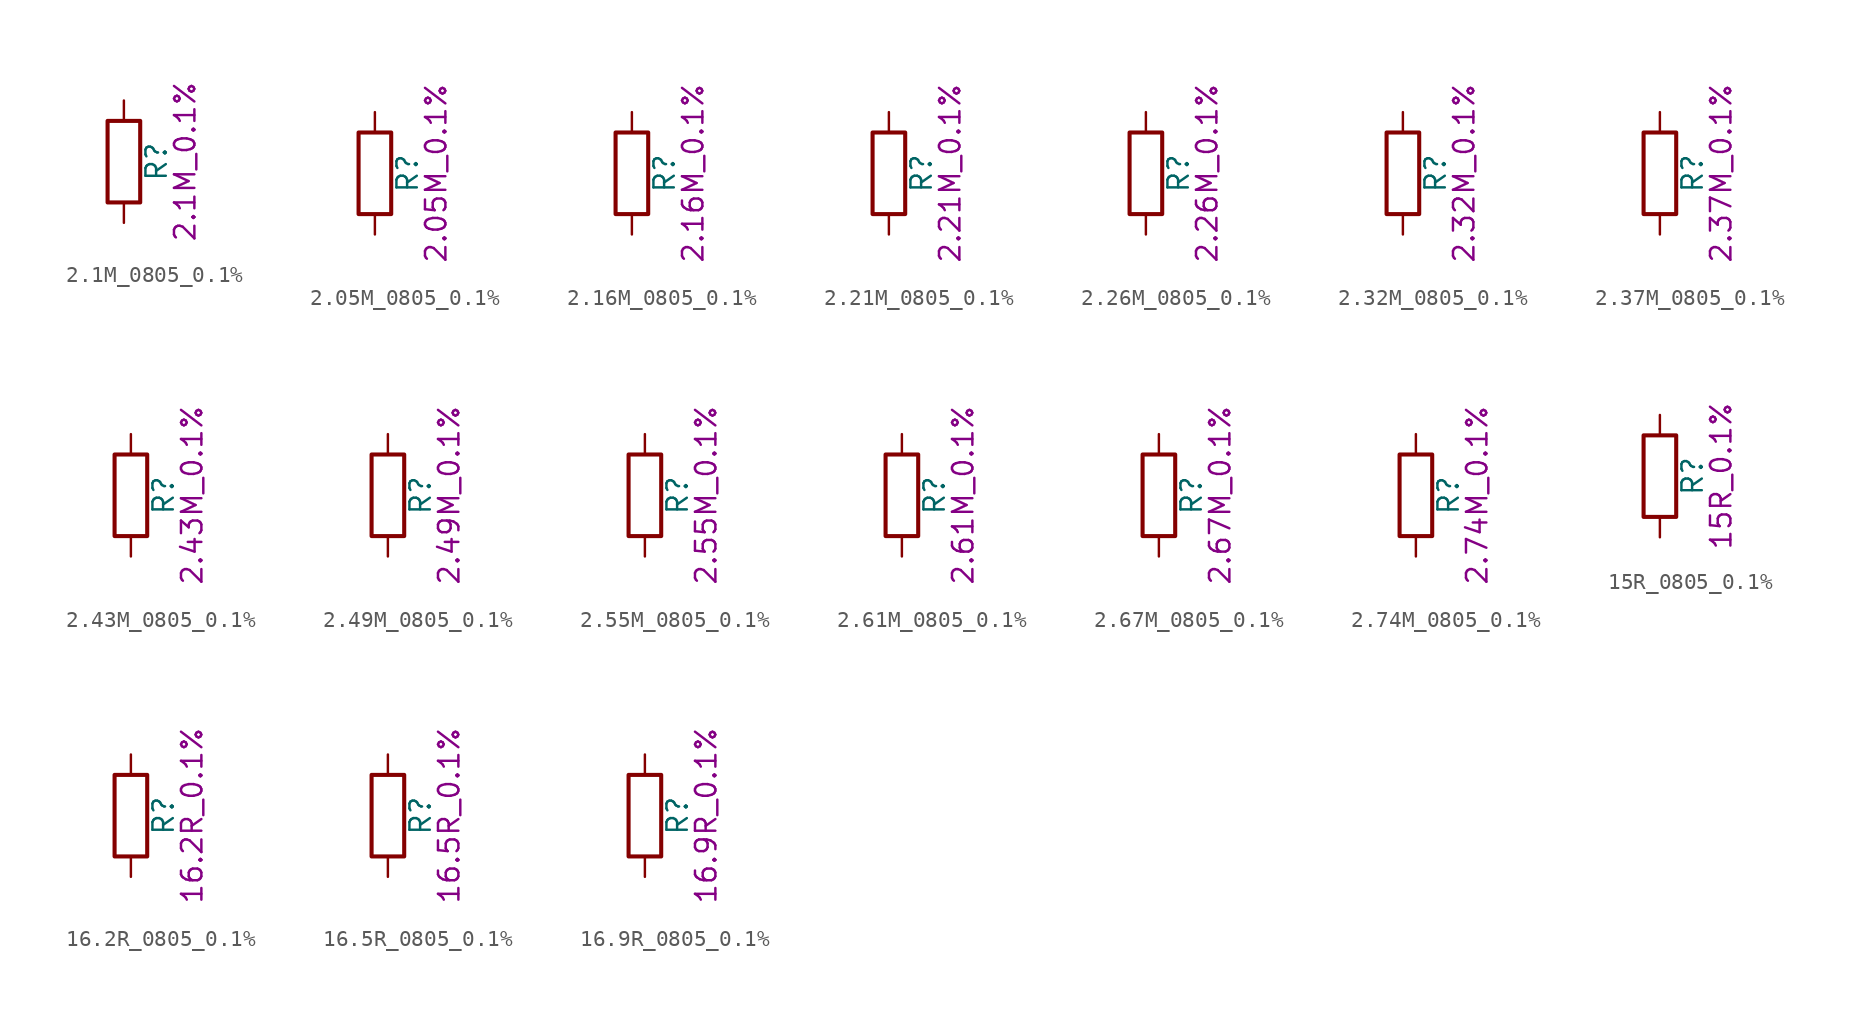
<source format=kicad_sym>
(kicad_symbol_lib
  (version 20211014)
  (generator kicad_symbol_editor)
  (symbol "2.1M_0805_0.1%"
    (pin_numbers hide)
    (pin_names
      (offset 0))
    (property "Reference" "R"
      (at 2.032 0 90)
      (effects (font (size 1.27 1.27))))
    (property "Display" "2.1M_0.1%"
      (at 3.81 0 90)
      (effects (font (size 1.27 1.27))))
    (symbol "2.1M_0805_0.1%_0_1"
      (rectangle (start -1.016 -2.54) (end 1.016 2.54) (stroke (width 0.254) (type default) (color 0 0 0 0)) (fill (type none))))
    (symbol "2.1M_0805_0.1%_1_1"
      (pin passive line (at 0 3.81 270) (length 1.27) (name "~" (effects (font (size 1.27 1.27)))) (number "1" (effects (font (size 1.27 1.27)))))
      (pin passive line (at 0 -3.81 90) (length 1.27) (name "~" (effects (font (size 1.27 1.27)))) (number "2" (effects (font (size 1.27 1.27)))))))
  (symbol "2.05M_0805_0.1%"
    (pin_numbers hide)
    (pin_names
      (offset 0))
    (property "Reference" "R"
      (at 2.032 0 90)
      (effects (font (size 1.27 1.27))))
    (property "Display" "2.05M_0.1%"
      (at 3.81 0 90)
      (effects (font (size 1.27 1.27))))
    (symbol "2.05M_0805_0.1%_0_1"
      (rectangle (start -1.016 -2.54) (end 1.016 2.54) (stroke (width 0.254) (type default) (color 0 0 0 0)) (fill (type none))))
    (symbol "2.05M_0805_0.1%_1_1"
      (pin passive line (at 0 3.81 270) (length 1.27) (name "~" (effects (font (size 1.27 1.27)))) (number "1" (effects (font (size 1.27 1.27)))))
      (pin passive line (at 0 -3.81 90) (length 1.27) (name "~" (effects (font (size 1.27 1.27)))) (number "2" (effects (font (size 1.27 1.27)))))))
  (symbol "2.16M_0805_0.1%"
    (pin_numbers hide)
    (pin_names
      (offset 0))
    (property "Reference" "R"
      (at 2.032 0 90)
      (effects (font (size 1.27 1.27))))
    (property "Display" "2.16M_0.1%"
      (at 3.81 0 90)
      (effects (font (size 1.27 1.27))))
    (symbol "2.16M_0805_0.1%_0_1"
      (rectangle (start -1.016 -2.54) (end 1.016 2.54) (stroke (width 0.254) (type default) (color 0 0 0 0)) (fill (type none))))
    (symbol "2.16M_0805_0.1%_1_1"
      (pin passive line (at 0 3.81 270) (length 1.27) (name "~" (effects (font (size 1.27 1.27)))) (number "1" (effects (font (size 1.27 1.27)))))
      (pin passive line (at 0 -3.81 90) (length 1.27) (name "~" (effects (font (size 1.27 1.27)))) (number "2" (effects (font (size 1.27 1.27)))))))
  (symbol "2.21M_0805_0.1%"
    (pin_numbers hide)
    (pin_names
      (offset 0))
    (property "Reference" "R"
      (at 2.032 0 90)
      (effects (font (size 1.27 1.27))))
    (property "Display" "2.21M_0.1%"
      (at 3.81 0 90)
      (effects (font (size 1.27 1.27))))
    (symbol "2.21M_0805_0.1%_0_1"
      (rectangle (start -1.016 -2.54) (end 1.016 2.54) (stroke (width 0.254) (type default) (color 0 0 0 0)) (fill (type none))))
    (symbol "2.21M_0805_0.1%_1_1"
      (pin passive line (at 0 3.81 270) (length 1.27) (name "~" (effects (font (size 1.27 1.27)))) (number "1" (effects (font (size 1.27 1.27)))))
      (pin passive line (at 0 -3.81 90) (length 1.27) (name "~" (effects (font (size 1.27 1.27)))) (number "2" (effects (font (size 1.27 1.27)))))))
  (symbol "2.26M_0805_0.1%"
    (pin_numbers hide)
    (pin_names
      (offset 0))
    (property "Reference" "R"
      (at 2.032 0 90)
      (effects (font (size 1.27 1.27))))
    (property "Display" "2.26M_0.1%"
      (at 3.81 0 90)
      (effects (font (size 1.27 1.27))))
    (symbol "2.26M_0805_0.1%_0_1"
      (rectangle (start -1.016 -2.54) (end 1.016 2.54) (stroke (width 0.254) (type default) (color 0 0 0 0)) (fill (type none))))
    (symbol "2.26M_0805_0.1%_1_1"
      (pin passive line (at 0 3.81 270) (length 1.27) (name "~" (effects (font (size 1.27 1.27)))) (number "1" (effects (font (size 1.27 1.27)))))
      (pin passive line (at 0 -3.81 90) (length 1.27) (name "~" (effects (font (size 1.27 1.27)))) (number "2" (effects (font (size 1.27 1.27)))))))
  (symbol "2.32M_0805_0.1%"
    (pin_numbers hide)
    (pin_names
      (offset 0))
    (property "Reference" "R"
      (at 2.032 0 90)
      (effects (font (size 1.27 1.27))))
    (property "Display" "2.32M_0.1%"
      (at 3.81 0 90)
      (effects (font (size 1.27 1.27))))
    (symbol "2.32M_0805_0.1%_0_1"
      (rectangle (start -1.016 -2.54) (end 1.016 2.54) (stroke (width 0.254) (type default) (color 0 0 0 0)) (fill (type none))))
    (symbol "2.32M_0805_0.1%_1_1"
      (pin passive line (at 0 3.81 270) (length 1.27) (name "~" (effects (font (size 1.27 1.27)))) (number "1" (effects (font (size 1.27 1.27)))))
      (pin passive line (at 0 -3.81 90) (length 1.27) (name "~" (effects (font (size 1.27 1.27)))) (number "2" (effects (font (size 1.27 1.27)))))))
  (symbol "2.37M_0805_0.1%"
    (pin_numbers hide)
    (pin_names
      (offset 0))
    (property "Reference" "R"
      (at 2.032 0 90)
      (effects (font (size 1.27 1.27))))
    (property "Display" "2.37M_0.1%"
      (at 3.81 0 90)
      (effects (font (size 1.27 1.27))))
    (symbol "2.37M_0805_0.1%_0_1"
      (rectangle (start -1.016 -2.54) (end 1.016 2.54) (stroke (width 0.254) (type default) (color 0 0 0 0)) (fill (type none))))
    (symbol "2.37M_0805_0.1%_1_1"
      (pin passive line (at 0 3.81 270) (length 1.27) (name "~" (effects (font (size 1.27 1.27)))) (number "1" (effects (font (size 1.27 1.27)))))
      (pin passive line (at 0 -3.81 90) (length 1.27) (name "~" (effects (font (size 1.27 1.27)))) (number "2" (effects (font (size 1.27 1.27)))))))
  (symbol "2.43M_0805_0.1%"
    (pin_numbers hide)
    (pin_names
      (offset 0))
    (property "Reference" "R"
      (at 2.032 0 90)
      (effects (font (size 1.27 1.27))))
    (property "Display" "2.43M_0.1%"
      (at 3.81 0 90)
      (effects (font (size 1.27 1.27))))
    (symbol "2.43M_0805_0.1%_0_1"
      (rectangle (start -1.016 -2.54) (end 1.016 2.54) (stroke (width 0.254) (type default) (color 0 0 0 0)) (fill (type none))))
    (symbol "2.43M_0805_0.1%_1_1"
      (pin passive line (at 0 3.81 270) (length 1.27) (name "~" (effects (font (size 1.27 1.27)))) (number "1" (effects (font (size 1.27 1.27)))))
      (pin passive line (at 0 -3.81 90) (length 1.27) (name "~" (effects (font (size 1.27 1.27)))) (number "2" (effects (font (size 1.27 1.27)))))))
  (symbol "2.49M_0805_0.1%"
    (pin_numbers hide)
    (pin_names
      (offset 0))
    (property "Reference" "R"
      (at 2.032 0 90)
      (effects (font (size 1.27 1.27))))
    (property "Display" "2.49M_0.1%"
      (at 3.81 0 90)
      (effects (font (size 1.27 1.27))))
    (symbol "2.49M_0805_0.1%_0_1"
      (rectangle (start -1.016 -2.54) (end 1.016 2.54) (stroke (width 0.254) (type default) (color 0 0 0 0)) (fill (type none))))
    (symbol "2.49M_0805_0.1%_1_1"
      (pin passive line (at 0 3.81 270) (length 1.27) (name "~" (effects (font (size 1.27 1.27)))) (number "1" (effects (font (size 1.27 1.27)))))
      (pin passive line (at 0 -3.81 90) (length 1.27) (name "~" (effects (font (size 1.27 1.27)))) (number "2" (effects (font (size 1.27 1.27)))))))
  (symbol "2.55M_0805_0.1%"
    (pin_numbers hide)
    (pin_names
      (offset 0))
    (property "Reference" "R"
      (at 2.032 0 90)
      (effects (font (size 1.27 1.27))))
    (property "Display" "2.55M_0.1%"
      (at 3.81 0 90)
      (effects (font (size 1.27 1.27))))
    (symbol "2.55M_0805_0.1%_0_1"
      (rectangle (start -1.016 -2.54) (end 1.016 2.54) (stroke (width 0.254) (type default) (color 0 0 0 0)) (fill (type none))))
    (symbol "2.55M_0805_0.1%_1_1"
      (pin passive line (at 0 3.81 270) (length 1.27) (name "~" (effects (font (size 1.27 1.27)))) (number "1" (effects (font (size 1.27 1.27)))))
      (pin passive line (at 0 -3.81 90) (length 1.27) (name "~" (effects (font (size 1.27 1.27)))) (number "2" (effects (font (size 1.27 1.27)))))))
  (symbol "2.61M_0805_0.1%"
    (pin_numbers hide)
    (pin_names
      (offset 0))
    (property "Reference" "R"
      (at 2.032 0 90)
      (effects (font (size 1.27 1.27))))
    (property "Display" "2.61M_0.1%"
      (at 3.81 0 90)
      (effects (font (size 1.27 1.27))))
    (symbol "2.61M_0805_0.1%_0_1"
      (rectangle (start -1.016 -2.54) (end 1.016 2.54) (stroke (width 0.254) (type default) (color 0 0 0 0)) (fill (type none))))
    (symbol "2.61M_0805_0.1%_1_1"
      (pin passive line (at 0 3.81 270) (length 1.27) (name "~" (effects (font (size 1.27 1.27)))) (number "1" (effects (font (size 1.27 1.27)))))
      (pin passive line (at 0 -3.81 90) (length 1.27) (name "~" (effects (font (size 1.27 1.27)))) (number "2" (effects (font (size 1.27 1.27)))))))
  (symbol "2.67M_0805_0.1%"
    (pin_numbers hide)
    (pin_names
      (offset 0))
    (property "Reference" "R"
      (at 2.032 0 90)
      (effects (font (size 1.27 1.27))))
    (property "Display" "2.67M_0.1%"
      (at 3.81 0 90)
      (effects (font (size 1.27 1.27))))
    (symbol "2.67M_0805_0.1%_0_1"
      (rectangle (start -1.016 -2.54) (end 1.016 2.54) (stroke (width 0.254) (type default) (color 0 0 0 0)) (fill (type none))))
    (symbol "2.67M_0805_0.1%_1_1"
      (pin passive line (at 0 3.81 270) (length 1.27) (name "~" (effects (font (size 1.27 1.27)))) (number "1" (effects (font (size 1.27 1.27)))))
      (pin passive line (at 0 -3.81 90) (length 1.27) (name "~" (effects (font (size 1.27 1.27)))) (number "2" (effects (font (size 1.27 1.27)))))))
  (symbol "2.74M_0805_0.1%"
    (pin_numbers hide)
    (pin_names
      (offset 0))
    (property "Reference" "R"
      (at 2.032 0 90)
      (effects (font (size 1.27 1.27))))
    (property "Display" "2.74M_0.1%"
      (at 3.81 0 90)
      (effects (font (size 1.27 1.27))))
    (symbol "2.74M_0805_0.1%_0_1"
      (rectangle (start -1.016 -2.54) (end 1.016 2.54) (stroke (width 0.254) (type default) (color 0 0 0 0)) (fill (type none))))
    (symbol "2.74M_0805_0.1%_1_1"
      (pin passive line (at 0 3.81 270) (length 1.27) (name "~" (effects (font (size 1.27 1.27)))) (number "1" (effects (font (size 1.27 1.27)))))
      (pin passive line (at 0 -3.81 90) (length 1.27) (name "~" (effects (font (size 1.27 1.27)))) (number "2" (effects (font (size 1.27 1.27)))))))
  (symbol "15R_0805_0.1%"
    (pin_numbers hide)
    (pin_names
      (offset 0))
    (property "Reference" "R"
      (at 2.032 0 90)
      (effects (font (size 1.27 1.27))))
    (property "Display" "15R_0.1%"
      (at 3.81 0 90)
      (effects (font (size 1.27 1.27))))
    (symbol "15R_0805_0.1%_0_1"
      (rectangle (start -1.016 -2.54) (end 1.016 2.54) (stroke (width 0.254) (type default) (color 0 0 0 0)) (fill (type none))))
    (symbol "15R_0805_0.1%_1_1"
      (pin passive line (at 0 3.81 270) (length 1.27) (name "~" (effects (font (size 1.27 1.27)))) (number "1" (effects (font (size 1.27 1.27)))))
      (pin passive line (at 0 -3.81 90) (length 1.27) (name "~" (effects (font (size 1.27 1.27)))) (number "2" (effects (font (size 1.27 1.27)))))))
  (symbol "16.2R_0805_0.1%"
    (pin_numbers hide)
    (pin_names
      (offset 0))
    (property "Reference" "R"
      (at 2.032 0 90)
      (effects (font (size 1.27 1.27))))
    (property "Display" "16.2R_0.1%"
      (at 3.81 0 90)
      (effects (font (size 1.27 1.27))))
    (symbol "16.2R_0805_0.1%_0_1"
      (rectangle (start -1.016 -2.54) (end 1.016 2.54) (stroke (width 0.254) (type default) (color 0 0 0 0)) (fill (type none))))
    (symbol "16.2R_0805_0.1%_1_1"
      (pin passive line (at 0 3.81 270) (length 1.27) (name "~" (effects (font (size 1.27 1.27)))) (number "1" (effects (font (size 1.27 1.27)))))
      (pin passive line (at 0 -3.81 90) (length 1.27) (name "~" (effects (font (size 1.27 1.27)))) (number "2" (effects (font (size 1.27 1.27)))))))
  (symbol "16.5R_0805_0.1%"
    (pin_numbers hide)
    (pin_names
      (offset 0))
    (property "Reference" "R"
      (at 2.032 0 90)
      (effects (font (size 1.27 1.27))))
    (property "Display" "16.5R_0.1%"
      (at 3.81 0 90)
      (effects (font (size 1.27 1.27))))
    (symbol "16.5R_0805_0.1%_0_1"
      (rectangle (start -1.016 -2.54) (end 1.016 2.54) (stroke (width 0.254) (type default) (color 0 0 0 0)) (fill (type none))))
    (symbol "16.5R_0805_0.1%_1_1"
      (pin passive line (at 0 3.81 270) (length 1.27) (name "~" (effects (font (size 1.27 1.27)))) (number "1" (effects (font (size 1.27 1.27)))))
      (pin passive line (at 0 -3.81 90) (length 1.27) (name "~" (effects (font (size 1.27 1.27)))) (number "2" (effects (font (size 1.27 1.27)))))))
  (symbol "16.9R_0805_0.1%"
    (pin_numbers hide)
    (pin_names
      (offset 0))
    (property "Reference" "R"
      (at 2.032 0 90)
      (effects (font (size 1.27 1.27))))
    (property "Display" "16.9R_0.1%"
      (at 3.81 0 90)
      (effects (font (size 1.27 1.27))))
    (symbol "16.9R_0805_0.1%_0_1"
      (rectangle (start -1.016 -2.54) (end 1.016 2.54) (stroke (width 0.254) (type default) (color 0 0 0 0)) (fill (type none))))
    (symbol "16.9R_0805_0.1%_1_1"
      (pin passive line (at 0 3.81 270) (length 1.27) (name "~" (effects (font (size 1.27 1.27)))) (number "1" (effects (font (size 1.27 1.27)))))
      (pin passive line (at 0 -3.81 90) (length 1.27) (name "~" (effects (font (size 1.27 1.27)))) (number "2" (effects (font (size 1.27 1.27))))))))
</source>
